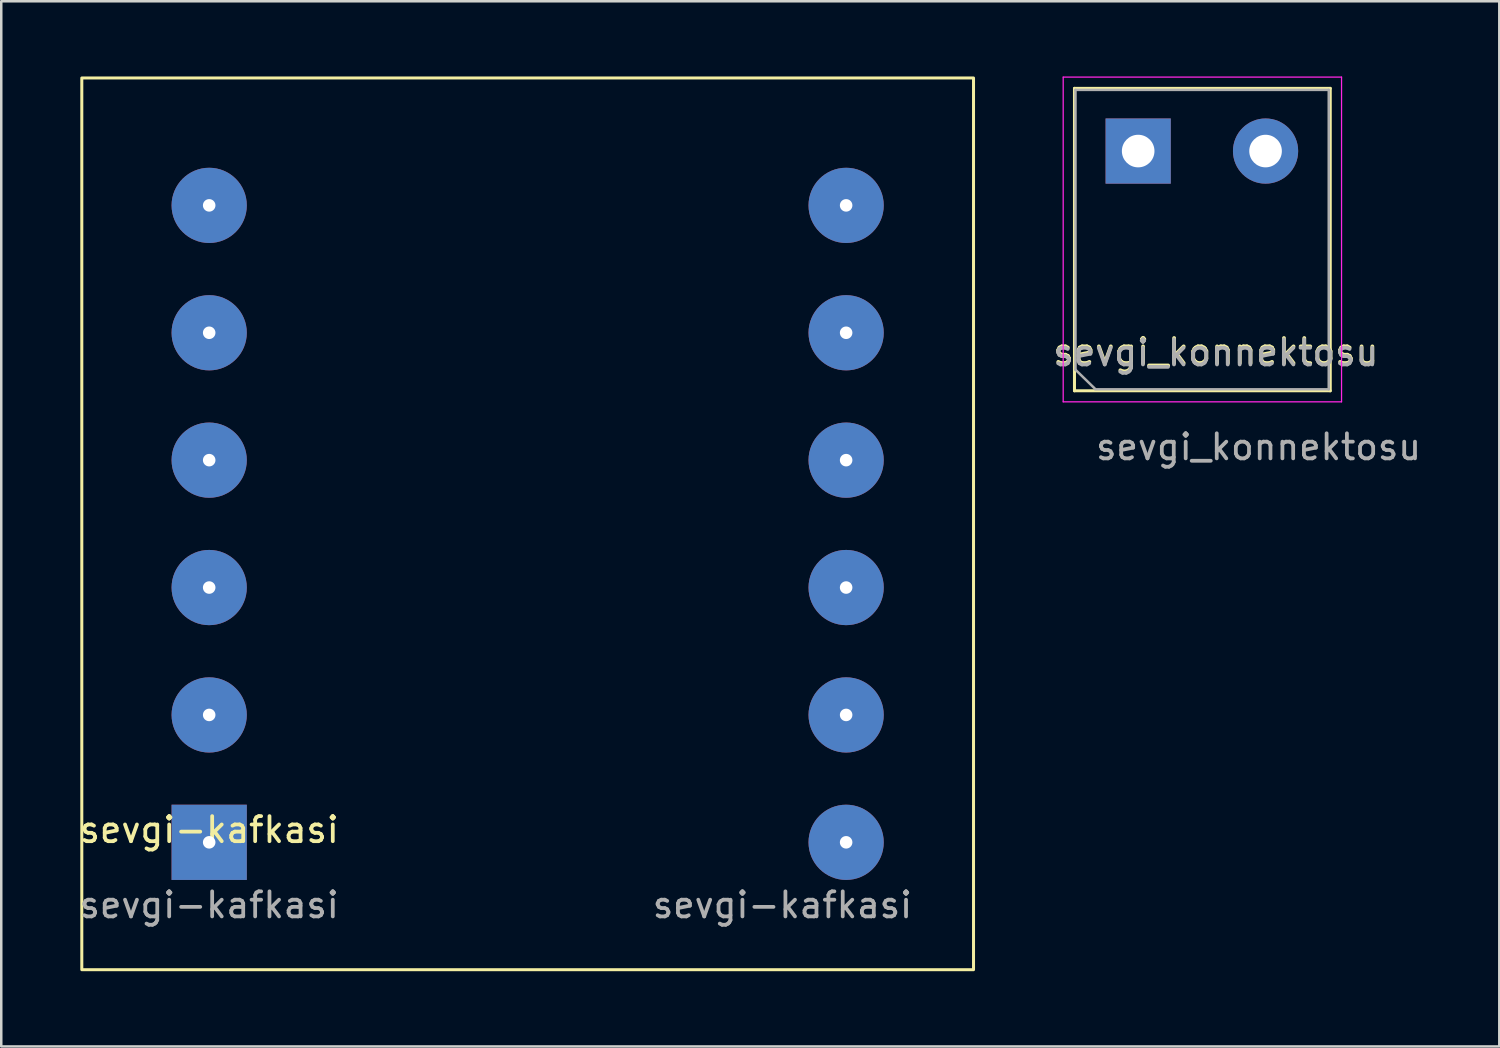
<source format=kicad_pcb>
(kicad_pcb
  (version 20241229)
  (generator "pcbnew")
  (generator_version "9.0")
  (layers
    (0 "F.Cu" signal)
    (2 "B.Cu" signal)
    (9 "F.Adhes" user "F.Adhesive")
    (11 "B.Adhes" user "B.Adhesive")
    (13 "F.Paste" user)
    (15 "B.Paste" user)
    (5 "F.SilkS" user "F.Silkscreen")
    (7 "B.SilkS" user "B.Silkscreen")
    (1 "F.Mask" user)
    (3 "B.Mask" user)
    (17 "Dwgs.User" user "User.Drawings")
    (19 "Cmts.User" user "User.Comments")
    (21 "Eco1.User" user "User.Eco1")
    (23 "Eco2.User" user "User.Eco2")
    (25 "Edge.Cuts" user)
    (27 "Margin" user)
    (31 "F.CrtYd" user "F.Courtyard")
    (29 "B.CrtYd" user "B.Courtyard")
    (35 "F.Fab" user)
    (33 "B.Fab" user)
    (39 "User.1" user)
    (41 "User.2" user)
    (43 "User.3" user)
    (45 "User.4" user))
  (footprint "sevgi_konnektosu"
    (layer "F.Cu")
    (at 50.338 13.474)
    (property "Reference" "sevgi_konnektosu" (at -4.9 -2.5 0) (unlocked yes) (layer "F.SilkS") (effects (font (size 1 1) (thickness 0.15))))
    (attr through_hole)
    (fp_line (start -10.54 -13) (end -10.54 -0.94) (stroke (width 0.12) (type solid)) (layer "F.SilkS"))
    (fp_line (start -10.54 -13) (end -0.34 -13) (stroke (width 0.12) (type solid)) (layer "F.SilkS"))
    (fp_line (start -10.54 -0.94) (end -0.34 -0.94) (stroke (width 0.12) (type solid)) (layer "F.SilkS"))
    (fp_line (start -0.34 -13) (end -0.34 -0.94) (stroke (width 0.12) (type solid)) (layer "F.SilkS"))
    (fp_line (start -10.99 -13.449) (end -10.99 -0.5) (stroke (width 0.05) (type solid)) (layer "F.CrtYd"))
    (fp_line (start -10.99 -0.5) (end 0.11 -0.5) (stroke (width 0.05) (type solid)) (layer "F.CrtYd"))
    (fp_line (start 0.11 -13.449) (end -10.99 -13.449) (stroke (width 0.05) (type solid)) (layer "F.CrtYd"))
    (fp_line (start 0.11 -0.5) (end 0.11 -13.449) (stroke (width 0.05) (type solid)) (layer "F.CrtYd"))
    (fp_line (start -10.5 -12.939) (end -0.4 -12.939) (stroke (width 0.1) (type solid)) (layer "F.Fab"))
    (fp_line (start -10.5 -1.78) (end -10.5 -12.939) (stroke (width 0.1) (type solid)) (layer "F.Fab"))
    (fp_line (start -9.72 -1.02) (end -10.5 -1.78) (stroke (width 0.1) (type solid)) (layer "F.Fab"))
    (fp_line (start -0.4 -12.939) (end -0.4 -1) (stroke (width 0.1) (type solid)) (layer "F.Fab"))
    (fp_line (start -0.4 -1) (end -9.72 -1) (stroke (width 0.1) (type solid)) (layer "F.Fab"))
    (fp_text user "${REFERENCE}" (at -4.905 -2.445 0) (layer "F.Fab") (effects (font (size 1 1) (thickness 0.15))))
    (fp_text user "${REFERENCE}" (at -3.2 1.3 0) (unlocked yes) (layer "F.Fab") (effects (font (size 1 1) (thickness 0.15))))
    (pad "1" thru_hole rect (at -8 -10.5) (size 2.6 2.6) (drill 1.3) (layers "*.Cu" "*.Mask"))
    (pad "2" thru_hole circle (at -2.92 -10.5) (size 2.6 2.6) (drill 1.3) (layers "*.Cu" "*.Mask")))
  (footprint "sevgi-kafkasi"
    (layer "F.Cu")
    (at 5.292 30.54)
    (property "Reference" "sevgi-kafkasi" (at 0 -0.5 0) (unlocked yes) (layer "F.SilkS") (effects (font (size 1 1) (thickness 0.15))))
    (attr through_hole)
    (fp_rect (start 30.48 5.08) (end -5.08 -30.48) (stroke (width 0.12) (type solid)) (fill no) (layer "F.SilkS"))
    (fp_text user "${REFERENCE}" (at 0 2.5 0) (unlocked yes) (layer "F.Fab") (effects (font (size 1 1) (thickness 0.15))))
    (fp_text user "${REFERENCE}" (at 22.86 2.5 0) (unlocked yes) (layer "F.Fab") (effects (font (size 1 1) (thickness 0.15))))
    (pad "1" thru_hole rect (at 0 0) (size 3 3) (drill 0.5) (layers "*.Cu" "*.Mask"))
    (pad "2" thru_hole circle (at 0 -5.08) (size 3 3) (drill 0.5) (layers "*.Cu" "*.Mask"))
    (pad "3" thru_hole circle (at 0 -10.16) (size 3 3) (drill 0.5) (layers "*.Cu" "*.Mask"))
    (pad "4" thru_hole circle (at 0 -15.24) (size 3 3) (drill 0.5) (layers "*.Cu" "*.Mask"))
    (pad "5" thru_hole circle (at 0 -20.32) (size 3 3) (drill 0.5) (layers "*.Cu" "*.Mask"))
    (pad "6" thru_hole circle (at 0 -25.4) (size 3 3) (drill 0.5) (layers "*.Cu" "*.Mask"))
    (pad "7" thru_hole circle (at 25.4 -25.4) (size 3 3) (drill 0.5) (layers "*.Cu" "*.Mask"))
    (pad "8" thru_hole circle (at 25.4 -20.32) (size 3 3) (drill 0.5) (layers "*.Cu" "*.Mask"))
    (pad "9" thru_hole circle (at 25.4 -15.24) (size 3 3) (drill 0.5) (layers "*.Cu" "*.Mask"))
    (pad "10" thru_hole circle (at 25.4 -10.16) (size 3 3) (drill 0.5) (layers "*.Cu" "*.Mask"))
    (pad "11" thru_hole circle (at 25.4 -5.08) (size 3 3) (drill 0.5) (layers "*.Cu" "*.Mask"))
    (pad "12" thru_hole circle (at 25.4 0) (size 3 3) (drill 0.5) (layers "*.Cu" "*.Mask")))
  (gr_rect
    (start -3 -3)
    (end 56.739 38.68)
    (stroke (width 0.1) (type default))
    (fill no)
    (layer "Edge.Cuts")))
</source>
